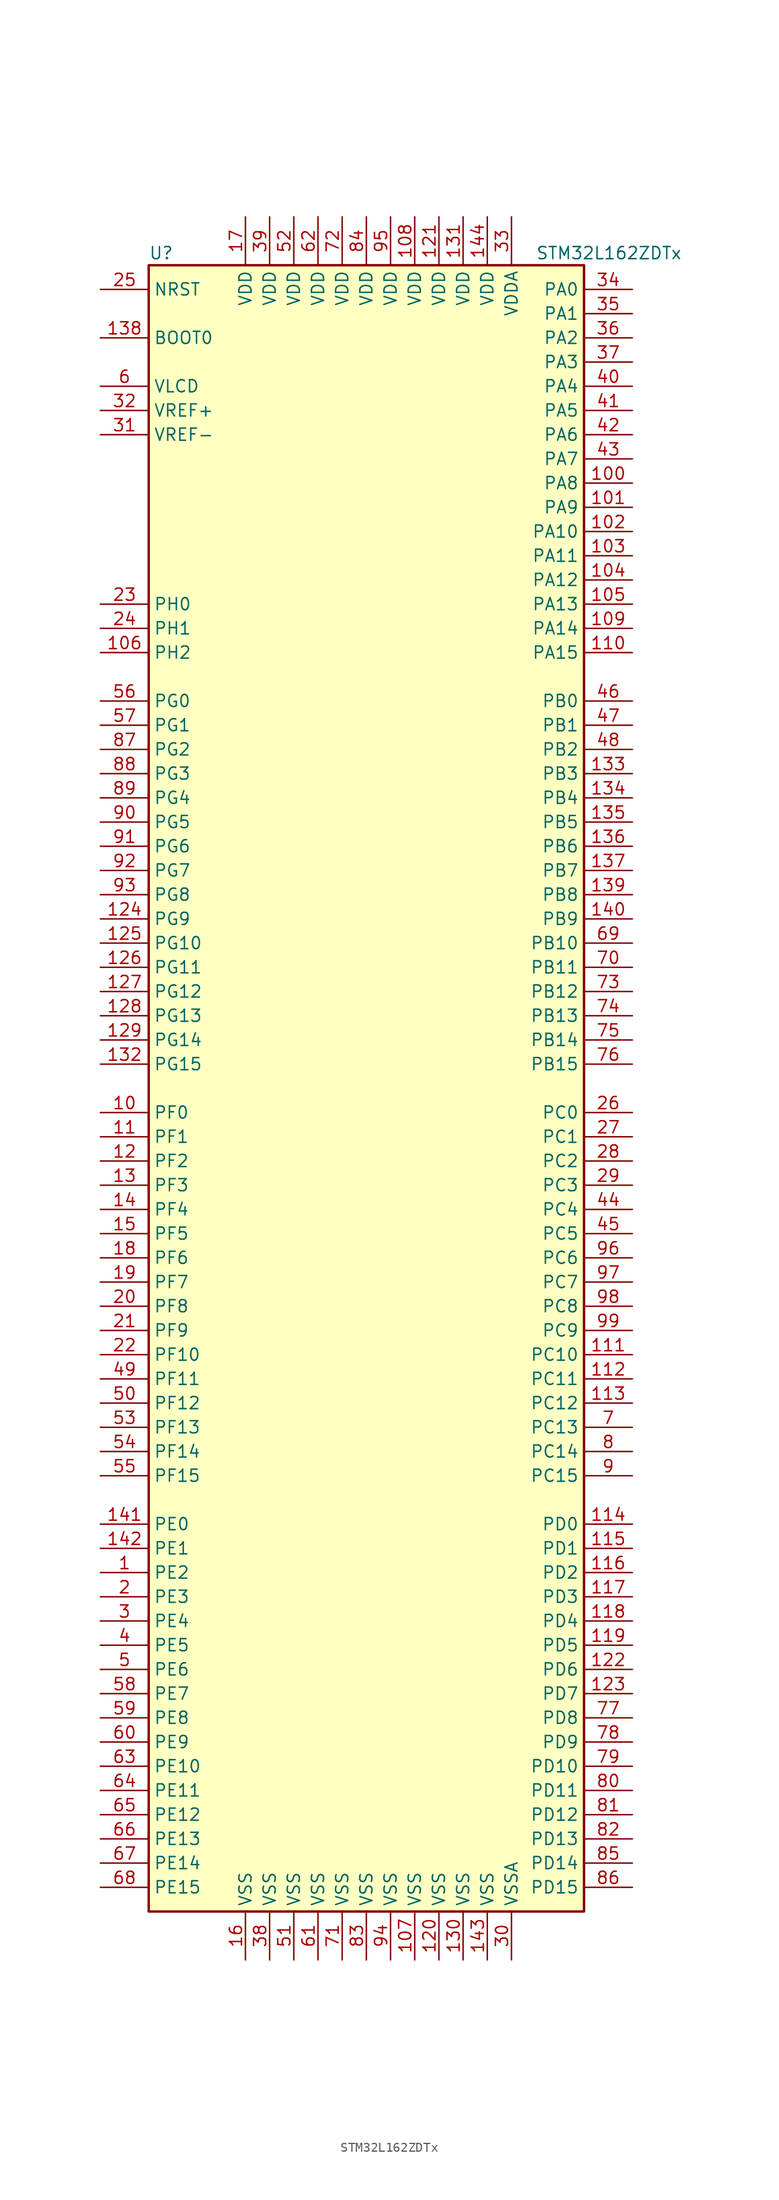
<source format=kicad_sym>
(kicad_symbol_lib
  (version 20201005)
  (generator kicad_symbol_editor)
  (symbol "STM32L162ZDTx"
    (property "Reference" "U"
      (at -22.86 87.63 0)
      (effects (font (size 1.27 1.27)) (justify left)))
    (property "Value" "STM32L162ZDTx"
      (at 17.78 87.63 0)
      (effects (font (size 1.27 1.27)) (justify left)))
    (symbol "STM32L162ZDTx_0_1"
      (rectangle (start -22.86 -86.36) (end 22.86 86.36) (stroke (width 0.254)) (fill (type background))))
    (symbol "STM32L162ZDTx_1_1"
      (pin bidirectional line (at -27.94 -50.8 0) (length 5.08) (name "PE2" (effects (font (size 1.27 1.27)))) (number "1" (effects (font (size 1.27 1.27)))))
      (pin bidirectional line (at -27.94 -2.54 0) (length 5.08) (name "PF0" (effects (font (size 1.27 1.27)))) (number "10" (effects (font (size 1.27 1.27)))))
      (pin bidirectional line (at 27.94 63.5 180) (length 5.08) (name "PA8" (effects (font (size 1.27 1.27)))) (number "100" (effects (font (size 1.27 1.27)))))
      (pin bidirectional line (at 27.94 60.96 180) (length 5.08) (name "PA9" (effects (font (size 1.27 1.27)))) (number "101" (effects (font (size 1.27 1.27)))))
      (pin bidirectional line (at 27.94 58.42 180) (length 5.08) (name "PA10" (effects (font (size 1.27 1.27)))) (number "102" (effects (font (size 1.27 1.27)))))
      (pin bidirectional line (at 27.94 55.88 180) (length 5.08) (name "PA11" (effects (font (size 1.27 1.27)))) (number "103" (effects (font (size 1.27 1.27)))))
      (pin bidirectional line (at 27.94 53.34 180) (length 5.08) (name "PA12" (effects (font (size 1.27 1.27)))) (number "104" (effects (font (size 1.27 1.27)))))
      (pin bidirectional line (at 27.94 50.8 180) (length 5.08) (name "PA13" (effects (font (size 1.27 1.27)))) (number "105" (effects (font (size 1.27 1.27)))))
      (pin bidirectional line (at -27.94 45.72 0) (length 5.08) (name "PH2" (effects (font (size 1.27 1.27)))) (number "106" (effects (font (size 1.27 1.27)))))
      (pin power_in line (at 5.08 -91.44 90) (length 5.08) (name "VSS" (effects (font (size 1.27 1.27)))) (number "107" (effects (font (size 1.27 1.27)))))
      (pin power_in line (at 5.08 91.44 270) (length 5.08) (name "VDD" (effects (font (size 1.27 1.27)))) (number "108" (effects (font (size 1.27 1.27)))))
      (pin bidirectional line (at 27.94 48.26 180) (length 5.08) (name "PA14" (effects (font (size 1.27 1.27)))) (number "109" (effects (font (size 1.27 1.27)))))
      (pin bidirectional line (at -27.94 -5.08 0) (length 5.08) (name "PF1" (effects (font (size 1.27 1.27)))) (number "11" (effects (font (size 1.27 1.27)))))
      (pin bidirectional line (at 27.94 45.72 180) (length 5.08) (name "PA15" (effects (font (size 1.27 1.27)))) (number "110" (effects (font (size 1.27 1.27)))))
      (pin bidirectional line (at 27.94 -27.94 180) (length 5.08) (name "PC10" (effects (font (size 1.27 1.27)))) (number "111" (effects (font (size 1.27 1.27)))))
      (pin bidirectional line (at 27.94 -30.48 180) (length 5.08) (name "PC11" (effects (font (size 1.27 1.27)))) (number "112" (effects (font (size 1.27 1.27)))))
      (pin bidirectional line (at 27.94 -33.02 180) (length 5.08) (name "PC12" (effects (font (size 1.27 1.27)))) (number "113" (effects (font (size 1.27 1.27)))))
      (pin bidirectional line (at 27.94 -45.72 180) (length 5.08) (name "PD0" (effects (font (size 1.27 1.27)))) (number "114" (effects (font (size 1.27 1.27)))))
      (pin bidirectional line (at 27.94 -48.26 180) (length 5.08) (name "PD1" (effects (font (size 1.27 1.27)))) (number "115" (effects (font (size 1.27 1.27)))))
      (pin bidirectional line (at 27.94 -50.8 180) (length 5.08) (name "PD2" (effects (font (size 1.27 1.27)))) (number "116" (effects (font (size 1.27 1.27)))))
      (pin bidirectional line (at 27.94 -53.34 180) (length 5.08) (name "PD3" (effects (font (size 1.27 1.27)))) (number "117" (effects (font (size 1.27 1.27)))))
      (pin bidirectional line (at 27.94 -55.88 180) (length 5.08) (name "PD4" (effects (font (size 1.27 1.27)))) (number "118" (effects (font (size 1.27 1.27)))))
      (pin bidirectional line (at 27.94 -58.42 180) (length 5.08) (name "PD5" (effects (font (size 1.27 1.27)))) (number "119" (effects (font (size 1.27 1.27)))))
      (pin bidirectional line (at -27.94 -7.62 0) (length 5.08) (name "PF2" (effects (font (size 1.27 1.27)))) (number "12" (effects (font (size 1.27 1.27)))))
      (pin power_in line (at 7.62 -91.44 90) (length 5.08) (name "VSS" (effects (font (size 1.27 1.27)))) (number "120" (effects (font (size 1.27 1.27)))))
      (pin power_in line (at 7.62 91.44 270) (length 5.08) (name "VDD" (effects (font (size 1.27 1.27)))) (number "121" (effects (font (size 1.27 1.27)))))
      (pin bidirectional line (at 27.94 -60.96 180) (length 5.08) (name "PD6" (effects (font (size 1.27 1.27)))) (number "122" (effects (font (size 1.27 1.27)))))
      (pin bidirectional line (at 27.94 -63.5 180) (length 5.08) (name "PD7" (effects (font (size 1.27 1.27)))) (number "123" (effects (font (size 1.27 1.27)))))
      (pin bidirectional line (at -27.94 17.78 0) (length 5.08) (name "PG9" (effects (font (size 1.27 1.27)))) (number "124" (effects (font (size 1.27 1.27)))))
      (pin bidirectional line (at -27.94 15.24 0) (length 5.08) (name "PG10" (effects (font (size 1.27 1.27)))) (number "125" (effects (font (size 1.27 1.27)))))
      (pin bidirectional line (at -27.94 12.7 0) (length 5.08) (name "PG11" (effects (font (size 1.27 1.27)))) (number "126" (effects (font (size 1.27 1.27)))))
      (pin bidirectional line (at -27.94 10.16 0) (length 5.08) (name "PG12" (effects (font (size 1.27 1.27)))) (number "127" (effects (font (size 1.27 1.27)))))
      (pin bidirectional line (at -27.94 7.62 0) (length 5.08) (name "PG13" (effects (font (size 1.27 1.27)))) (number "128" (effects (font (size 1.27 1.27)))))
      (pin bidirectional line (at -27.94 5.08 0) (length 5.08) (name "PG14" (effects (font (size 1.27 1.27)))) (number "129" (effects (font (size 1.27 1.27)))))
      (pin bidirectional line (at -27.94 -10.16 0) (length 5.08) (name "PF3" (effects (font (size 1.27 1.27)))) (number "13" (effects (font (size 1.27 1.27)))))
      (pin power_in line (at 10.16 -91.44 90) (length 5.08) (name "VSS" (effects (font (size 1.27 1.27)))) (number "130" (effects (font (size 1.27 1.27)))))
      (pin power_in line (at 10.16 91.44 270) (length 5.08) (name "VDD" (effects (font (size 1.27 1.27)))) (number "131" (effects (font (size 1.27 1.27)))))
      (pin bidirectional line (at -27.94 2.54 0) (length 5.08) (name "PG15" (effects (font (size 1.27 1.27)))) (number "132" (effects (font (size 1.27 1.27)))))
      (pin bidirectional line (at 27.94 33.02 180) (length 5.08) (name "PB3" (effects (font (size 1.27 1.27)))) (number "133" (effects (font (size 1.27 1.27)))))
      (pin bidirectional line (at 27.94 30.48 180) (length 5.08) (name "PB4" (effects (font (size 1.27 1.27)))) (number "134" (effects (font (size 1.27 1.27)))))
      (pin bidirectional line (at 27.94 27.94 180) (length 5.08) (name "PB5" (effects (font (size 1.27 1.27)))) (number "135" (effects (font (size 1.27 1.27)))))
      (pin bidirectional line (at 27.94 25.4 180) (length 5.08) (name "PB6" (effects (font (size 1.27 1.27)))) (number "136" (effects (font (size 1.27 1.27)))))
      (pin bidirectional line (at 27.94 22.86 180) (length 5.08) (name "PB7" (effects (font (size 1.27 1.27)))) (number "137" (effects (font (size 1.27 1.27)))))
      (pin input line (at -27.94 78.74 0) (length 5.08) (name "BOOT0" (effects (font (size 1.27 1.27)))) (number "138" (effects (font (size 1.27 1.27)))))
      (pin bidirectional line (at 27.94 20.32 180) (length 5.08) (name "PB8" (effects (font (size 1.27 1.27)))) (number "139" (effects (font (size 1.27 1.27)))))
      (pin bidirectional line (at -27.94 -12.7 0) (length 5.08) (name "PF4" (effects (font (size 1.27 1.27)))) (number "14" (effects (font (size 1.27 1.27)))))
      (pin bidirectional line (at 27.94 17.78 180) (length 5.08) (name "PB9" (effects (font (size 1.27 1.27)))) (number "140" (effects (font (size 1.27 1.27)))))
      (pin bidirectional line (at -27.94 -45.72 0) (length 5.08) (name "PE0" (effects (font (size 1.27 1.27)))) (number "141" (effects (font (size 1.27 1.27)))))
      (pin bidirectional line (at -27.94 -48.26 0) (length 5.08) (name "PE1" (effects (font (size 1.27 1.27)))) (number "142" (effects (font (size 1.27 1.27)))))
      (pin power_in line (at 12.7 -91.44 90) (length 5.08) (name "VSS" (effects (font (size 1.27 1.27)))) (number "143" (effects (font (size 1.27 1.27)))))
      (pin power_in line (at 12.7 91.44 270) (length 5.08) (name "VDD" (effects (font (size 1.27 1.27)))) (number "144" (effects (font (size 1.27 1.27)))))
      (pin bidirectional line (at -27.94 -15.24 0) (length 5.08) (name "PF5" (effects (font (size 1.27 1.27)))) (number "15" (effects (font (size 1.27 1.27)))))
      (pin power_in line (at -12.7 -91.44 90) (length 5.08) (name "VSS" (effects (font (size 1.27 1.27)))) (number "16" (effects (font (size 1.27 1.27)))))
      (pin power_in line (at -12.7 91.44 270) (length 5.08) (name "VDD" (effects (font (size 1.27 1.27)))) (number "17" (effects (font (size 1.27 1.27)))))
      (pin bidirectional line (at -27.94 -17.78 0) (length 5.08) (name "PF6" (effects (font (size 1.27 1.27)))) (number "18" (effects (font (size 1.27 1.27)))))
      (pin bidirectional line (at -27.94 -20.32 0) (length 5.08) (name "PF7" (effects (font (size 1.27 1.27)))) (number "19" (effects (font (size 1.27 1.27)))))
      (pin bidirectional line (at -27.94 -53.34 0) (length 5.08) (name "PE3" (effects (font (size 1.27 1.27)))) (number "2" (effects (font (size 1.27 1.27)))))
      (pin bidirectional line (at -27.94 -22.86 0) (length 5.08) (name "PF8" (effects (font (size 1.27 1.27)))) (number "20" (effects (font (size 1.27 1.27)))))
      (pin bidirectional line (at -27.94 -25.4 0) (length 5.08) (name "PF9" (effects (font (size 1.27 1.27)))) (number "21" (effects (font (size 1.27 1.27)))))
      (pin bidirectional line (at -27.94 -27.94 0) (length 5.08) (name "PF10" (effects (font (size 1.27 1.27)))) (number "22" (effects (font (size 1.27 1.27)))))
      (pin input line (at -27.94 50.8 0) (length 5.08) (name "PH0" (effects (font (size 1.27 1.27)))) (number "23" (effects (font (size 1.27 1.27)))))
      (pin input line (at -27.94 48.26 0) (length 5.08) (name "PH1" (effects (font (size 1.27 1.27)))) (number "24" (effects (font (size 1.27 1.27)))))
      (pin input line (at -27.94 83.82 0) (length 5.08) (name "NRST" (effects (font (size 1.27 1.27)))) (number "25" (effects (font (size 1.27 1.27)))))
      (pin bidirectional line (at 27.94 -2.54 180) (length 5.08) (name "PC0" (effects (font (size 1.27 1.27)))) (number "26" (effects (font (size 1.27 1.27)))))
      (pin bidirectional line (at 27.94 -5.08 180) (length 5.08) (name "PC1" (effects (font (size 1.27 1.27)))) (number "27" (effects (font (size 1.27 1.27)))))
      (pin bidirectional line (at 27.94 -7.62 180) (length 5.08) (name "PC2" (effects (font (size 1.27 1.27)))) (number "28" (effects (font (size 1.27 1.27)))))
      (pin bidirectional line (at 27.94 -10.16 180) (length 5.08) (name "PC3" (effects (font (size 1.27 1.27)))) (number "29" (effects (font (size 1.27 1.27)))))
      (pin bidirectional line (at -27.94 -55.88 0) (length 5.08) (name "PE4" (effects (font (size 1.27 1.27)))) (number "3" (effects (font (size 1.27 1.27)))))
      (pin power_in line (at 15.24 -91.44 90) (length 5.08) (name "VSSA" (effects (font (size 1.27 1.27)))) (number "30" (effects (font (size 1.27 1.27)))))
      (pin power_in line (at -27.94 68.58 0) (length 5.08) (name "VREF-" (effects (font (size 1.27 1.27)))) (number "31" (effects (font (size 1.27 1.27)))))
      (pin power_in line (at -27.94 71.12 0) (length 5.08) (name "VREF+" (effects (font (size 1.27 1.27)))) (number "32" (effects (font (size 1.27 1.27)))))
      (pin power_in line (at 15.24 91.44 270) (length 5.08) (name "VDDA" (effects (font (size 1.27 1.27)))) (number "33" (effects (font (size 1.27 1.27)))))
      (pin bidirectional line (at 27.94 83.82 180) (length 5.08) (name "PA0" (effects (font (size 1.27 1.27)))) (number "34" (effects (font (size 1.27 1.27)))))
      (pin bidirectional line (at 27.94 81.28 180) (length 5.08) (name "PA1" (effects (font (size 1.27 1.27)))) (number "35" (effects (font (size 1.27 1.27)))))
      (pin bidirectional line (at 27.94 78.74 180) (length 5.08) (name "PA2" (effects (font (size 1.27 1.27)))) (number "36" (effects (font (size 1.27 1.27)))))
      (pin bidirectional line (at 27.94 76.2 180) (length 5.08) (name "PA3" (effects (font (size 1.27 1.27)))) (number "37" (effects (font (size 1.27 1.27)))))
      (pin power_in line (at -10.16 -91.44 90) (length 5.08) (name "VSS" (effects (font (size 1.27 1.27)))) (number "38" (effects (font (size 1.27 1.27)))))
      (pin power_in line (at -10.16 91.44 270) (length 5.08) (name "VDD" (effects (font (size 1.27 1.27)))) (number "39" (effects (font (size 1.27 1.27)))))
      (pin bidirectional line (at -27.94 -58.42 0) (length 5.08) (name "PE5" (effects (font (size 1.27 1.27)))) (number "4" (effects (font (size 1.27 1.27)))))
      (pin bidirectional line (at 27.94 73.66 180) (length 5.08) (name "PA4" (effects (font (size 1.27 1.27)))) (number "40" (effects (font (size 1.27 1.27)))))
      (pin bidirectional line (at 27.94 71.12 180) (length 5.08) (name "PA5" (effects (font (size 1.27 1.27)))) (number "41" (effects (font (size 1.27 1.27)))))
      (pin bidirectional line (at 27.94 68.58 180) (length 5.08) (name "PA6" (effects (font (size 1.27 1.27)))) (number "42" (effects (font (size 1.27 1.27)))))
      (pin bidirectional line (at 27.94 66.04 180) (length 5.08) (name "PA7" (effects (font (size 1.27 1.27)))) (number "43" (effects (font (size 1.27 1.27)))))
      (pin bidirectional line (at 27.94 -12.7 180) (length 5.08) (name "PC4" (effects (font (size 1.27 1.27)))) (number "44" (effects (font (size 1.27 1.27)))))
      (pin bidirectional line (at 27.94 -15.24 180) (length 5.08) (name "PC5" (effects (font (size 1.27 1.27)))) (number "45" (effects (font (size 1.27 1.27)))))
      (pin bidirectional line (at 27.94 40.64 180) (length 5.08) (name "PB0" (effects (font (size 1.27 1.27)))) (number "46" (effects (font (size 1.27 1.27)))))
      (pin bidirectional line (at 27.94 38.1 180) (length 5.08) (name "PB1" (effects (font (size 1.27 1.27)))) (number "47" (effects (font (size 1.27 1.27)))))
      (pin bidirectional line (at 27.94 35.56 180) (length 5.08) (name "PB2" (effects (font (size 1.27 1.27)))) (number "48" (effects (font (size 1.27 1.27)))))
      (pin bidirectional line (at -27.94 -30.48 0) (length 5.08) (name "PF11" (effects (font (size 1.27 1.27)))) (number "49" (effects (font (size 1.27 1.27)))))
      (pin bidirectional line (at -27.94 -60.96 0) (length 5.08) (name "PE6" (effects (font (size 1.27 1.27)))) (number "5" (effects (font (size 1.27 1.27)))))
      (pin bidirectional line (at -27.94 -33.02 0) (length 5.08) (name "PF12" (effects (font (size 1.27 1.27)))) (number "50" (effects (font (size 1.27 1.27)))))
      (pin power_in line (at -7.62 -91.44 90) (length 5.08) (name "VSS" (effects (font (size 1.27 1.27)))) (number "51" (effects (font (size 1.27 1.27)))))
      (pin power_in line (at -7.62 91.44 270) (length 5.08) (name "VDD" (effects (font (size 1.27 1.27)))) (number "52" (effects (font (size 1.27 1.27)))))
      (pin bidirectional line (at -27.94 -35.56 0) (length 5.08) (name "PF13" (effects (font (size 1.27 1.27)))) (number "53" (effects (font (size 1.27 1.27)))))
      (pin bidirectional line (at -27.94 -38.1 0) (length 5.08) (name "PF14" (effects (font (size 1.27 1.27)))) (number "54" (effects (font (size 1.27 1.27)))))
      (pin bidirectional line (at -27.94 -40.64 0) (length 5.08) (name "PF15" (effects (font (size 1.27 1.27)))) (number "55" (effects (font (size 1.27 1.27)))))
      (pin bidirectional line (at -27.94 40.64 0) (length 5.08) (name "PG0" (effects (font (size 1.27 1.27)))) (number "56" (effects (font (size 1.27 1.27)))))
      (pin bidirectional line (at -27.94 38.1 0) (length 5.08) (name "PG1" (effects (font (size 1.27 1.27)))) (number "57" (effects (font (size 1.27 1.27)))))
      (pin bidirectional line (at -27.94 -63.5 0) (length 5.08) (name "PE7" (effects (font (size 1.27 1.27)))) (number "58" (effects (font (size 1.27 1.27)))))
      (pin bidirectional line (at -27.94 -66.04 0) (length 5.08) (name "PE8" (effects (font (size 1.27 1.27)))) (number "59" (effects (font (size 1.27 1.27)))))
      (pin power_in line (at -27.94 73.66 0) (length 5.08) (name "VLCD" (effects (font (size 1.27 1.27)))) (number "6" (effects (font (size 1.27 1.27)))))
      (pin bidirectional line (at -27.94 -68.58 0) (length 5.08) (name "PE9" (effects (font (size 1.27 1.27)))) (number "60" (effects (font (size 1.27 1.27)))))
      (pin power_in line (at -5.08 -91.44 90) (length 5.08) (name "VSS" (effects (font (size 1.27 1.27)))) (number "61" (effects (font (size 1.27 1.27)))))
      (pin power_in line (at -5.08 91.44 270) (length 5.08) (name "VDD" (effects (font (size 1.27 1.27)))) (number "62" (effects (font (size 1.27 1.27)))))
      (pin bidirectional line (at -27.94 -71.12 0) (length 5.08) (name "PE10" (effects (font (size 1.27 1.27)))) (number "63" (effects (font (size 1.27 1.27)))))
      (pin bidirectional line (at -27.94 -73.66 0) (length 5.08) (name "PE11" (effects (font (size 1.27 1.27)))) (number "64" (effects (font (size 1.27 1.27)))))
      (pin bidirectional line (at -27.94 -76.2 0) (length 5.08) (name "PE12" (effects (font (size 1.27 1.27)))) (number "65" (effects (font (size 1.27 1.27)))))
      (pin bidirectional line (at -27.94 -78.74 0) (length 5.08) (name "PE13" (effects (font (size 1.27 1.27)))) (number "66" (effects (font (size 1.27 1.27)))))
      (pin bidirectional line (at -27.94 -81.28 0) (length 5.08) (name "PE14" (effects (font (size 1.27 1.27)))) (number "67" (effects (font (size 1.27 1.27)))))
      (pin bidirectional line (at -27.94 -83.82 0) (length 5.08) (name "PE15" (effects (font (size 1.27 1.27)))) (number "68" (effects (font (size 1.27 1.27)))))
      (pin bidirectional line (at 27.94 15.24 180) (length 5.08) (name "PB10" (effects (font (size 1.27 1.27)))) (number "69" (effects (font (size 1.27 1.27)))))
      (pin bidirectional line (at 27.94 -35.56 180) (length 5.08) (name "PC13" (effects (font (size 1.27 1.27)))) (number "7" (effects (font (size 1.27 1.27)))))
      (pin bidirectional line (at 27.94 12.7 180) (length 5.08) (name "PB11" (effects (font (size 1.27 1.27)))) (number "70" (effects (font (size 1.27 1.27)))))
      (pin power_in line (at -2.54 -91.44 90) (length 5.08) (name "VSS" (effects (font (size 1.27 1.27)))) (number "71" (effects (font (size 1.27 1.27)))))
      (pin power_in line (at -2.54 91.44 270) (length 5.08) (name "VDD" (effects (font (size 1.27 1.27)))) (number "72" (effects (font (size 1.27 1.27)))))
      (pin bidirectional line (at 27.94 10.16 180) (length 5.08) (name "PB12" (effects (font (size 1.27 1.27)))) (number "73" (effects (font (size 1.27 1.27)))))
      (pin bidirectional line (at 27.94 7.62 180) (length 5.08) (name "PB13" (effects (font (size 1.27 1.27)))) (number "74" (effects (font (size 1.27 1.27)))))
      (pin bidirectional line (at 27.94 5.08 180) (length 5.08) (name "PB14" (effects (font (size 1.27 1.27)))) (number "75" (effects (font (size 1.27 1.27)))))
      (pin bidirectional line (at 27.94 2.54 180) (length 5.08) (name "PB15" (effects (font (size 1.27 1.27)))) (number "76" (effects (font (size 1.27 1.27)))))
      (pin bidirectional line (at 27.94 -66.04 180) (length 5.08) (name "PD8" (effects (font (size 1.27 1.27)))) (number "77" (effects (font (size 1.27 1.27)))))
      (pin bidirectional line (at 27.94 -68.58 180) (length 5.08) (name "PD9" (effects (font (size 1.27 1.27)))) (number "78" (effects (font (size 1.27 1.27)))))
      (pin bidirectional line (at 27.94 -71.12 180) (length 5.08) (name "PD10" (effects (font (size 1.27 1.27)))) (number "79" (effects (font (size 1.27 1.27)))))
      (pin bidirectional line (at 27.94 -38.1 180) (length 5.08) (name "PC14" (effects (font (size 1.27 1.27)))) (number "8" (effects (font (size 1.27 1.27)))))
      (pin bidirectional line (at 27.94 -73.66 180) (length 5.08) (name "PD11" (effects (font (size 1.27 1.27)))) (number "80" (effects (font (size 1.27 1.27)))))
      (pin bidirectional line (at 27.94 -76.2 180) (length 5.08) (name "PD12" (effects (font (size 1.27 1.27)))) (number "81" (effects (font (size 1.27 1.27)))))
      (pin bidirectional line (at 27.94 -78.74 180) (length 5.08) (name "PD13" (effects (font (size 1.27 1.27)))) (number "82" (effects (font (size 1.27 1.27)))))
      (pin power_in line (at 0 -91.44 90) (length 5.08) (name "VSS" (effects (font (size 1.27 1.27)))) (number "83" (effects (font (size 1.27 1.27)))))
      (pin power_in line (at 0 91.44 270) (length 5.08) (name "VDD" (effects (font (size 1.27 1.27)))) (number "84" (effects (font (size 1.27 1.27)))))
      (pin bidirectional line (at 27.94 -81.28 180) (length 5.08) (name "PD14" (effects (font (size 1.27 1.27)))) (number "85" (effects (font (size 1.27 1.27)))))
      (pin bidirectional line (at 27.94 -83.82 180) (length 5.08) (name "PD15" (effects (font (size 1.27 1.27)))) (number "86" (effects (font (size 1.27 1.27)))))
      (pin bidirectional line (at -27.94 35.56 0) (length 5.08) (name "PG2" (effects (font (size 1.27 1.27)))) (number "87" (effects (font (size 1.27 1.27)))))
      (pin bidirectional line (at -27.94 33.02 0) (length 5.08) (name "PG3" (effects (font (size 1.27 1.27)))) (number "88" (effects (font (size 1.27 1.27)))))
      (pin bidirectional line (at -27.94 30.48 0) (length 5.08) (name "PG4" (effects (font (size 1.27 1.27)))) (number "89" (effects (font (size 1.27 1.27)))))
      (pin bidirectional line (at 27.94 -40.64 180) (length 5.08) (name "PC15" (effects (font (size 1.27 1.27)))) (number "9" (effects (font (size 1.27 1.27)))))
      (pin bidirectional line (at -27.94 27.94 0) (length 5.08) (name "PG5" (effects (font (size 1.27 1.27)))) (number "90" (effects (font (size 1.27 1.27)))))
      (pin bidirectional line (at -27.94 25.4 0) (length 5.08) (name "PG6" (effects (font (size 1.27 1.27)))) (number "91" (effects (font (size 1.27 1.27)))))
      (pin bidirectional line (at -27.94 22.86 0) (length 5.08) (name "PG7" (effects (font (size 1.27 1.27)))) (number "92" (effects (font (size 1.27 1.27)))))
      (pin bidirectional line (at -27.94 20.32 0) (length 5.08) (name "PG8" (effects (font (size 1.27 1.27)))) (number "93" (effects (font (size 1.27 1.27)))))
      (pin power_in line (at 2.54 -91.44 90) (length 5.08) (name "VSS" (effects (font (size 1.27 1.27)))) (number "94" (effects (font (size 1.27 1.27)))))
      (pin power_in line (at 2.54 91.44 270) (length 5.08) (name "VDD" (effects (font (size 1.27 1.27)))) (number "95" (effects (font (size 1.27 1.27)))))
      (pin bidirectional line (at 27.94 -17.78 180) (length 5.08) (name "PC6" (effects (font (size 1.27 1.27)))) (number "96" (effects (font (size 1.27 1.27)))))
      (pin bidirectional line (at 27.94 -20.32 180) (length 5.08) (name "PC7" (effects (font (size 1.27 1.27)))) (number "97" (effects (font (size 1.27 1.27)))))
      (pin bidirectional line (at 27.94 -22.86 180) (length 5.08) (name "PC8" (effects (font (size 1.27 1.27)))) (number "98" (effects (font (size 1.27 1.27)))))
      (pin bidirectional line (at 27.94 -25.4 180) (length 5.08) (name "PC9" (effects (font (size 1.27 1.27)))) (number "99" (effects (font (size 1.27 1.27))))))))
</source>
